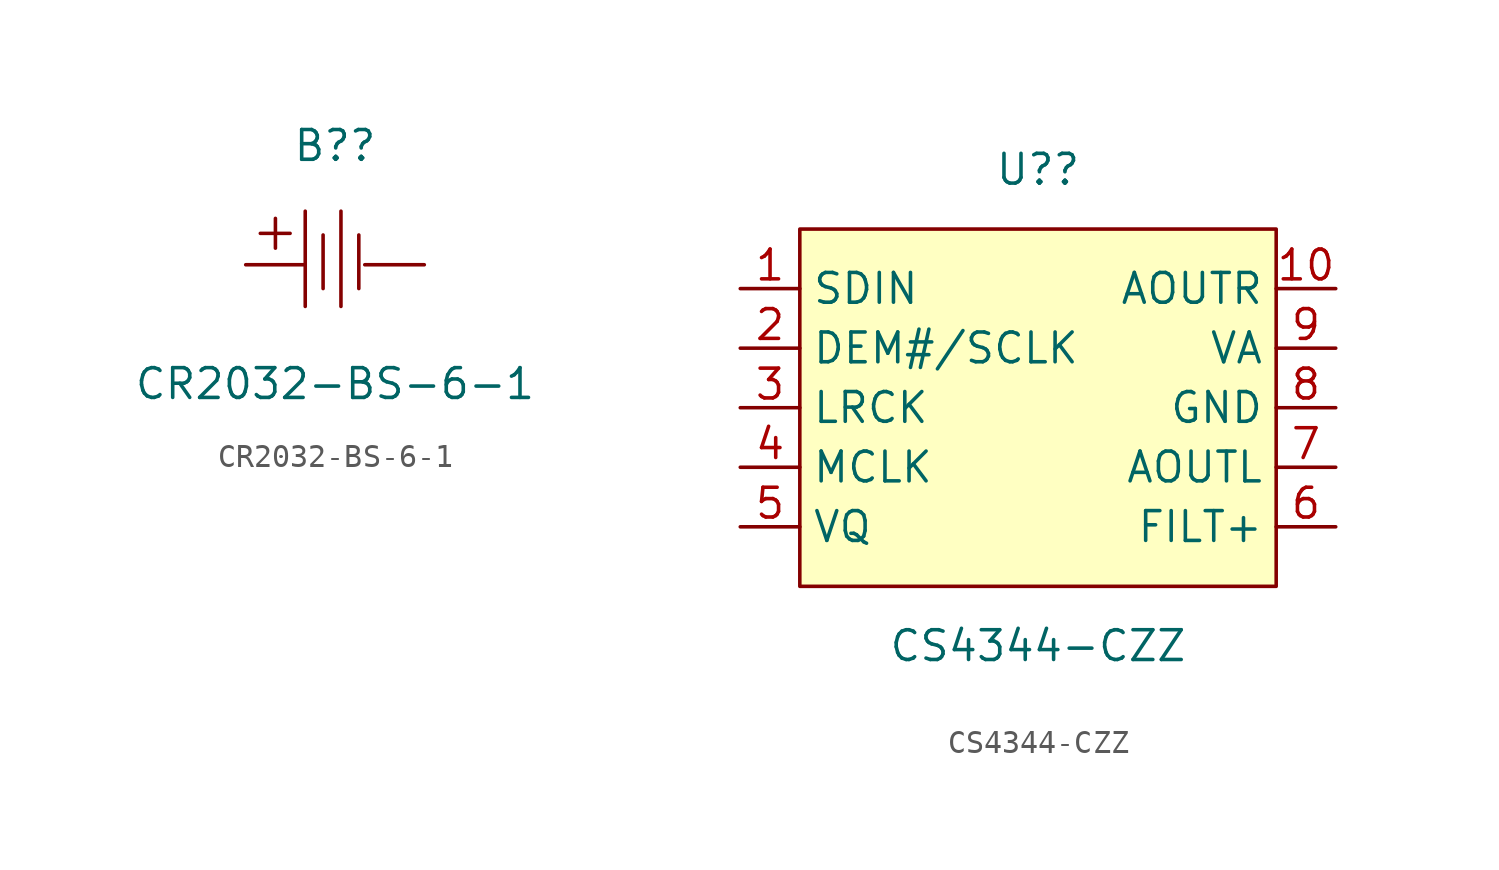
<source format=kicad_sym>
(kicad_symbol_lib
  (version 20211014)
  (generator kicad_symbol_editor)
  (symbol "CR2032-BS-6-1"
    (pin_numbers hide)
    (pin_names hide)
    (property "Reference" "B?"
      (at 0 5.08 0)
      (effects (font (size 1.27 1.27))))
    (property "Value" "CR2032-BS-6-1"
      (at 0 -5.08 0)
      (effects (font (size 1.27 1.27))))
    (symbol "CR2032-BS-6-1_0_1"
      (polyline (pts (xy -3.186 1.339) (xy -1.916 1.339)) (stroke (width 0) (type default) (color 0 0 0 0)) (fill (type none)))
      (polyline (pts (xy -2.542 0.708) (xy -2.542 1.978)) (stroke (width 0) (type default) (color 0 0 0 0)) (fill (type none)))
      (polyline (pts (xy -1.27 2.286) (xy -1.27 -1.778)) (stroke (width 0) (type default) (color 0 0 0 0)) (fill (type none)))
      (polyline (pts (xy -0.508 1.27) (xy -0.508 -1.016)) (stroke (width 0) (type default) (color 0 0 0 0)) (fill (type none)))
      (polyline (pts (xy 0.254 2.286) (xy 0.254 -1.778)) (stroke (width 0) (type default) (color 0 0 0 0)) (fill (type none)))
      (polyline (pts (xy 1.016 1.27) (xy 1.016 -1.016)) (stroke (width 0) (type default) (color 0 0 0 0)) (fill (type none)))
      (pin passive line (at -3.81 0 0) (length 2.54) (name "1" (effects (font (size 1.27 1.27)))) (number "1" (effects (font (size 1.27 1.27)))))
      (pin passive line (at 3.81 0 180) (length 2.54) (name "2" (effects (font (size 1.27 1.27)))) (number "2" (effects (font (size 1.27 1.27)))))))
  (symbol "CS4344-CZZ"
    (property "Reference" "U?"
      (at 0 10.16 0)
      (effects (font (size 1.27 1.27))))
    (property "Value" "CS4344-CZZ"
      (at 0 -10.16 0)
      (effects (font (size 1.27 1.27))))
    (symbol "CS4344-CZZ_0_1"
      (rectangle (start -10.16 7.62) (end 10.16 -7.62) (stroke (width 0) (type default) (color 0 0 0 0)) (fill (type background)))
      (pin passive line (at -12.7 5.08 0) (length 2.54) (name "SDIN" (effects (font (size 1.27 1.27)))) (number "1" (effects (font (size 1.27 1.27)))))
      (pin passive line (at 12.7 5.08 180) (length 2.54) (name "AOUTR" (effects (font (size 1.27 1.27)))) (number "10" (effects (font (size 1.27 1.27)))))
      (pin passive line (at -12.7 2.54 0) (length 2.54) (name "DEM#/SCLK" (effects (font (size 1.27 1.27)))) (number "2" (effects (font (size 1.27 1.27)))))
      (pin passive line (at -12.7 0 0) (length 2.54) (name "LRCK" (effects (font (size 1.27 1.27)))) (number "3" (effects (font (size 1.27 1.27)))))
      (pin passive line (at -12.7 -2.54 0) (length 2.54) (name "MCLK" (effects (font (size 1.27 1.27)))) (number "4" (effects (font (size 1.27 1.27)))))
      (pin passive line (at -12.7 -5.08 0) (length 2.54) (name "VQ" (effects (font (size 1.27 1.27)))) (number "5" (effects (font (size 1.27 1.27)))))
      (pin passive line (at 12.7 -5.08 180) (length 2.54) (name "FILT+" (effects (font (size 1.27 1.27)))) (number "6" (effects (font (size 1.27 1.27)))))
      (pin passive line (at 12.7 -2.54 180) (length 2.54) (name "AOUTL" (effects (font (size 1.27 1.27)))) (number "7" (effects (font (size 1.27 1.27)))))
      (pin passive line (at 12.7 0 180) (length 2.54) (name "GND" (effects (font (size 1.27 1.27)))) (number "8" (effects (font (size 1.27 1.27)))))
      (pin passive line (at 12.7 2.54 180) (length 2.54) (name "VA" (effects (font (size 1.27 1.27)))) (number "9" (effects (font (size 1.27 1.27))))))))
</source>
